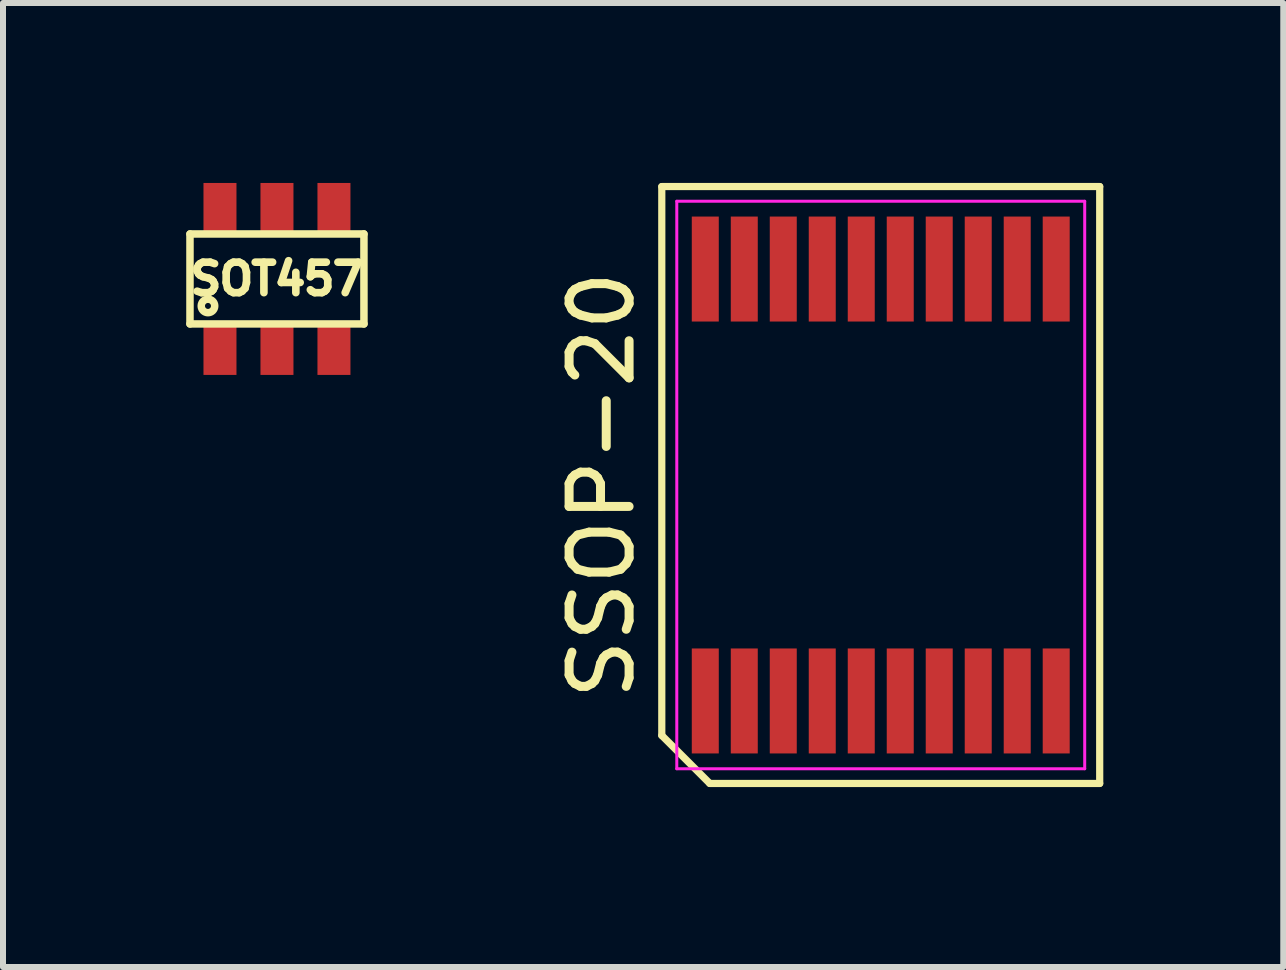
<source format=kicad_pcb>
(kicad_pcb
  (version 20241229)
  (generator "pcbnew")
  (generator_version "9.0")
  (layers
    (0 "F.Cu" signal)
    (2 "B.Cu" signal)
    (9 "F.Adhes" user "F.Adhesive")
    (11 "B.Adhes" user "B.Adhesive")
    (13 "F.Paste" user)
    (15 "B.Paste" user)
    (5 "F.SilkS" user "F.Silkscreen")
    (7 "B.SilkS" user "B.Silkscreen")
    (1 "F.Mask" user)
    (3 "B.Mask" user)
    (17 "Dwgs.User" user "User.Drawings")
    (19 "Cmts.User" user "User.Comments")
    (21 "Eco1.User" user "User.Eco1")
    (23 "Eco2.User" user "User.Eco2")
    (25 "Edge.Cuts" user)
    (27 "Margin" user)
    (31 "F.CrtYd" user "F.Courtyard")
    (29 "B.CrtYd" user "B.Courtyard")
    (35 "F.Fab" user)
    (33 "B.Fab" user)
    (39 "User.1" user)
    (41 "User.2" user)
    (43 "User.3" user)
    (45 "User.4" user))
  (footprint "SOT457"
    (layer "F.Cu")
    (at 1.567 1.6)
    (property "Reference" "SOT457" (at 0 0 0) (layer "F.SilkS") (effects (font (size 0.508 0.508) (thickness 0.127))))
    (attr smd)
    (fp_line (start -1.45 -0.75) (end 1.45 -0.75) (stroke (width 0.125) (type solid)) (layer "F.SilkS"))
    (fp_line (start -1.45 0.75) (end -1.45 -0.75) (stroke (width 0.125) (type solid)) (layer "F.SilkS"))
    (fp_line (start 1.45 -0.75) (end 1.45 0.75) (stroke (width 0.125) (type solid)) (layer "F.SilkS"))
    (fp_line (start 1.45 0.75) (end -1.45 0.75) (stroke (width 0.125) (type solid)) (layer "F.SilkS"))
    (fp_circle (center -1.15 0.45) (end -1.15 0.5) (stroke (width 0.125) (type solid)) (fill no) (layer "F.SilkS"))
    (pad "1" smd rect (at -0.95 1.2) (size 0.55 0.8) (layers "F.Cu" "F.Mask" "F.Paste"))
    (pad "2" smd rect (at 0 1.2) (size 0.55 0.8) (layers "F.Cu" "F.Mask" "F.Paste"))
    (pad "3" smd rect (at 0.95 1.2) (size 0.55 0.8) (layers "F.Cu" "F.Mask" "F.Paste"))
    (pad "4" smd rect (at 0.95 -1.2) (size 0.55 0.8) (layers "F.Cu" "F.Mask" "F.Paste"))
    (pad "5" smd rect (at 0 -1.2) (size 0.55 0.8) (layers "F.Cu" "F.Mask" "F.Paste"))
    (pad "6" smd rect (at -0.95 -1.2) (size 0.55 0.8) (layers "F.Cu" "F.Mask" "F.Paste")))
  (footprint "SSOP-20"
    (layer "F.Cu")
    (at 11.632 5.035)
    (property "Reference" "SSOP-20" (at -4.65 0 90) (layer "F.SilkS") (effects (font (size 1 1) (thickness 0.15))))
    (attr smd)
    (fp_line (start -3.65 -4.975) (end 3.65 -4.975) (stroke (width 0.12) (type solid)) (layer "F.SilkS"))
    (fp_line (start -3.65 4.175) (end -3.65 -4.975) (stroke (width 0.12) (type solid)) (layer "F.SilkS"))
    (fp_line (start -2.85 4.975) (end -3.65 4.175) (stroke (width 0.12) (type solid)) (layer "F.SilkS"))
    (fp_line (start 3.65 -4.975) (end 3.65 4.975) (stroke (width 0.12) (type solid)) (layer "F.SilkS"))
    (fp_line (start 3.65 4.975) (end -2.85 4.975) (stroke (width 0.12) (type solid)) (layer "F.SilkS"))
    (fp_line (start -3.4 -4.73) (end 3.4 -4.73) (stroke (width 0.05) (type solid)) (layer "F.CrtYd"))
    (fp_line (start -3.4 4.73) (end -3.4 -4.73) (stroke (width 0.05) (type solid)) (layer "F.CrtYd"))
    (fp_line (start 3.4 -4.73) (end 3.4 4.73) (stroke (width 0.05) (type solid)) (layer "F.CrtYd"))
    (fp_line (start 3.4 4.73) (end -3.4 4.73) (stroke (width 0.05) (type solid)) (layer "F.CrtYd"))
    (pad "1" smd rect (at -2.925 3.6) (size 0.45 1.75) (layers "F.Cu" "F.Mask" "F.Paste"))
    (pad "2" smd rect (at -2.275 3.6) (size 0.45 1.75) (layers "F.Cu" "F.Mask" "F.Paste"))
    (pad "3" smd rect (at -1.625 3.6) (size 0.45 1.75) (layers "F.Cu" "F.Mask" "F.Paste"))
    (pad "4" smd rect (at -0.975 3.6) (size 0.45 1.75) (layers "F.Cu" "F.Mask" "F.Paste"))
    (pad "5" smd rect (at -0.325 3.6) (size 0.45 1.75) (layers "F.Cu" "F.Mask" "F.Paste"))
    (pad "6" smd rect (at 0.325 3.6) (size 0.45 1.75) (layers "F.Cu" "F.Mask" "F.Paste"))
    (pad "7" smd rect (at 0.975 3.6) (size 0.45 1.75) (layers "F.Cu" "F.Mask" "F.Paste"))
    (pad "8" smd rect (at 1.625 3.6) (size 0.45 1.75) (layers "F.Cu" "F.Mask" "F.Paste"))
    (pad "9" smd rect (at 2.275 3.6) (size 0.45 1.75) (layers "F.Cu" "F.Mask" "F.Paste"))
    (pad "10" smd rect (at 2.925 3.6) (size 0.45 1.75) (layers "F.Cu" "F.Mask" "F.Paste"))
    (pad "11" smd rect (at 2.925 -3.6) (size 0.45 1.75) (layers "F.Cu" "F.Mask" "F.Paste"))
    (pad "12" smd rect (at 2.275 -3.6) (size 0.45 1.75) (layers "F.Cu" "F.Mask" "F.Paste"))
    (pad "13" smd rect (at 1.625 -3.6) (size 0.45 1.75) (layers "F.Cu" "F.Mask" "F.Paste"))
    (pad "14" smd rect (at 0.975 -3.6) (size 0.45 1.75) (layers "F.Cu" "F.Mask" "F.Paste"))
    (pad "15" smd rect (at 0.325 -3.6) (size 0.45 1.75) (layers "F.Cu" "F.Mask" "F.Paste"))
    (pad "16" smd rect (at -0.325 -3.6) (size 0.45 1.75) (layers "F.Cu" "F.Mask" "F.Paste"))
    (pad "17" smd rect (at -0.975 -3.6) (size 0.45 1.75) (layers "F.Cu" "F.Mask" "F.Paste"))
    (pad "18" smd rect (at -1.625 -3.6) (size 0.45 1.75) (layers "F.Cu" "F.Mask" "F.Paste"))
    (pad "19" smd rect (at -2.275 -3.6) (size 0.45 1.75) (layers "F.Cu" "F.Mask" "F.Paste"))
    (pad "20" smd rect (at -2.925 -3.6) (size 0.45 1.75) (layers "F.Cu" "F.Mask" "F.Paste")))
  (gr_rect
    (start -3 -3)
    (end 18.342 13.07)
    (stroke (width 0.1) (type default))
    (fill no)
    (layer "Edge.Cuts")))
</source>
